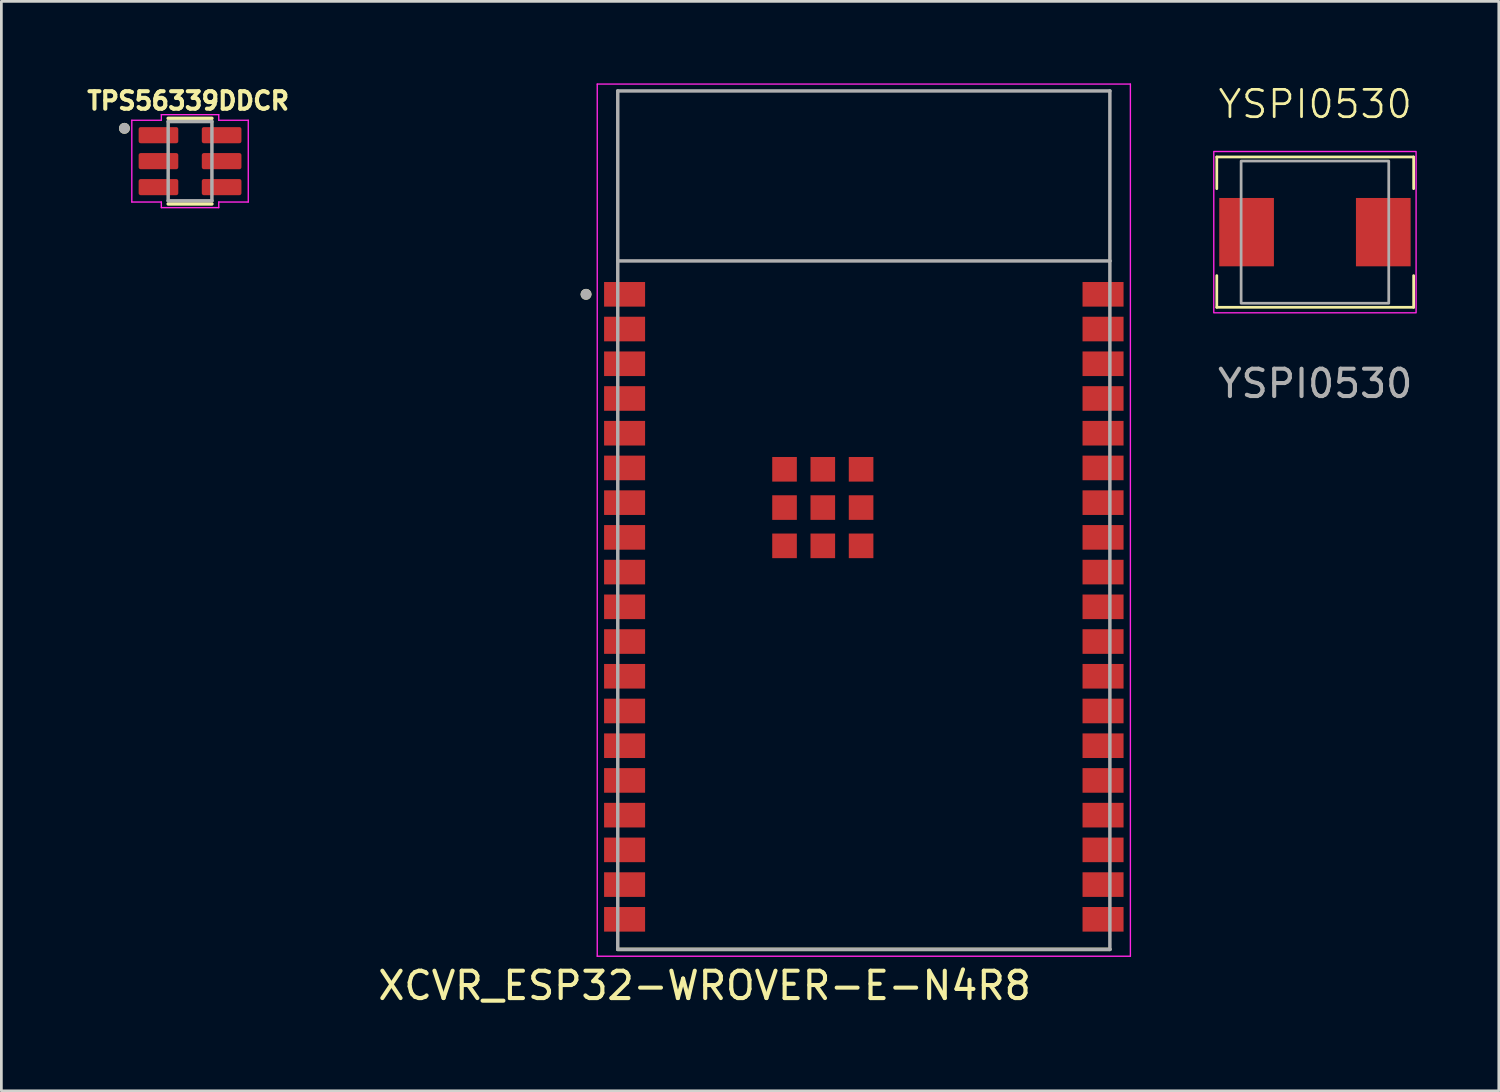
<source format=kicad_pcb>
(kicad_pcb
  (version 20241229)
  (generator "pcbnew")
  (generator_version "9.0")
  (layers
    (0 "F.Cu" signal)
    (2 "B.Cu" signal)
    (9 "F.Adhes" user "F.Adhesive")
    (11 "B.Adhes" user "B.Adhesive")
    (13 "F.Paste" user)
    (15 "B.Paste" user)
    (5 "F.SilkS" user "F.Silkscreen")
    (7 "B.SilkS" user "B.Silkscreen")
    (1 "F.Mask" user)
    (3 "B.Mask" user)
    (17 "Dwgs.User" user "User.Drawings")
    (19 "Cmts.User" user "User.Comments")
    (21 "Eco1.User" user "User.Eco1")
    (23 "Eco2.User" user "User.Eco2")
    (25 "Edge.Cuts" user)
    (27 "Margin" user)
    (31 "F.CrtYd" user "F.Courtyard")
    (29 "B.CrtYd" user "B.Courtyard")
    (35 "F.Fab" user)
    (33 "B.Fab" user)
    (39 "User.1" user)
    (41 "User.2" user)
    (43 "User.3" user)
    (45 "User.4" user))
  (footprint "YSPI0530"
    (layer "F.Cu")
    (at 45.055 5.441)
    (property "Reference" "YSPI0530" (at 0 -4.68 0) (unlocked yes) (layer "F.SilkS") (effects (font (size 1 1) (thickness 0.1))))
    (attr smd)
    (fp_line (start -3.6 -1.59) (end -3.6 -2.75) (stroke (width 0.1) (type default)) (layer "F.SilkS"))
    (fp_line (start -3.6 2.75) (end -3.6 1.59) (stroke (width 0.1) (type default)) (layer "F.SilkS"))
    (fp_line (start -3.6 2.75) (end 3.6 2.75) (stroke (width 0.1) (type default)) (layer "F.SilkS"))
    (fp_line (start 3.6 -2.75) (end -3.6 -2.75) (stroke (width 0.1) (type default)) (layer "F.SilkS"))
    (fp_line (start 3.6 -1.59) (end 3.6 -2.75) (stroke (width 0.1) (type default)) (layer "F.SilkS"))
    (fp_line (start 3.6 2.75) (end 3.6 1.59) (stroke (width 0.1) (type default)) (layer "F.SilkS"))
    (fp_rect (start -3.71 -2.95) (end 3.69 2.95) (stroke (width 0.05) (type solid)) (fill no) (layer "F.CrtYd"))
    (fp_rect (start -2.71 -2.6) (end 2.69 2.6) (stroke (width 0.1) (type solid)) (fill no) (layer "F.Fab"))
    (fp_text user "${REFERENCE}" (at 0 5.54 0) (unlocked yes) (layer "F.Fab") (effects (font (size 1 1) (thickness 0.15))))
    (pad "1" smd rect (at -2.51 0) (size 2 2.5) (layers "F.Cu" "F.Mask" "F.Paste"))
    (pad "2" smd rect (at 2.49 0) (size 2 2.5) (layers "F.Cu" "F.Mask" "F.Paste")))
  (footprint "XCVR_ESP32-WROVER-E-N4R8"
    (layer "F.Cu")
    (at 28.545 15.975)
    (property "Reference" "XCVR_ESP32-WROVER-E-N4R8" (at -5.825 17.025 0) (layer "F.SilkS") (effects (font (size 1 1) (thickness 0.15))))
    (attr smd)
    (fp_line (start -9 15.7) (end 9 15.7) (stroke (width 0.127) (type solid)) (layer "F.SilkS"))
    (fp_circle (center -10.16 -8.26) (end -10.06 -8.26) (stroke (width 0.2) (type solid)) (fill no) (layer "F.SilkS"))
    (fp_line (start -9.75 -15.95) (end -9.75 15.95) (stroke (width 0.05) (type solid)) (layer "F.CrtYd"))
    (fp_line (start -9.75 15.95) (end 9.75 15.95) (stroke (width 0.05) (type solid)) (layer "F.CrtYd"))
    (fp_line (start 9.75 -15.95) (end -9.75 -15.95) (stroke (width 0.05) (type solid)) (layer "F.CrtYd"))
    (fp_line (start 9.75 15.95) (end 9.75 -15.95) (stroke (width 0.05) (type solid)) (layer "F.CrtYd"))
    (fp_line (start -9 -15.7) (end -9 -9.48) (stroke (width 0.127) (type solid)) (layer "F.Fab"))
    (fp_line (start -9 -9.48) (end -9 15.7) (stroke (width 0.127) (type solid)) (layer "F.Fab"))
    (fp_line (start -9 15.7) (end 9 15.7) (stroke (width 0.127) (type solid)) (layer "F.Fab"))
    (fp_line (start 9 -15.7) (end -9 -15.7) (stroke (width 0.127) (type solid)) (layer "F.Fab"))
    (fp_line (start 9 -9.48) (end -9 -9.48) (stroke (width 0.127) (type solid)) (layer "F.Fab"))
    (fp_line (start 9 -9.48) (end 9 -15.7) (stroke (width 0.127) (type solid)) (layer "F.Fab"))
    (fp_line (start 9 15.7) (end 9 -9.48) (stroke (width 0.127) (type solid)) (layer "F.Fab"))
    (fp_circle (center -10.16 -8.26) (end -10.06 -8.26) (stroke (width 0.2) (type solid)) (fill no) (layer "F.Fab"))
    (pad "1" smd rect (at -8.75 -8.26) (size 1.5 0.9) (layers "F.Cu" "F.Mask" "F.Paste"))
    (pad "2" smd rect (at -8.75 -6.99) (size 1.5 0.9) (layers "F.Cu" "F.Mask" "F.Paste"))
    (pad "3" smd rect (at -8.75 -5.72) (size 1.5 0.9) (layers "F.Cu" "F.Mask" "F.Paste"))
    (pad "4" smd rect (at -8.75 -4.45) (size 1.5 0.9) (layers "F.Cu" "F.Mask" "F.Paste"))
    (pad "5" smd rect (at -8.75 -3.18) (size 1.5 0.9) (layers "F.Cu" "F.Mask" "F.Paste"))
    (pad "6" smd rect (at -8.75 -1.91) (size 1.5 0.9) (layers "F.Cu" "F.Mask" "F.Paste"))
    (pad "7" smd rect (at -8.75 -0.64) (size 1.5 0.9) (layers "F.Cu" "F.Mask" "F.Paste"))
    (pad "8" smd rect (at -8.75 0.63) (size 1.5 0.9) (layers "F.Cu" "F.Mask" "F.Paste"))
    (pad "9" smd rect (at -8.75 1.9) (size 1.5 0.9) (layers "F.Cu" "F.Mask" "F.Paste"))
    (pad "10" smd rect (at -8.75 3.17) (size 1.5 0.9) (layers "F.Cu" "F.Mask" "F.Paste"))
    (pad "11" smd rect (at -8.75 4.44) (size 1.5 0.9) (layers "F.Cu" "F.Mask" "F.Paste"))
    (pad "12" smd rect (at -8.75 5.71) (size 1.5 0.9) (layers "F.Cu" "F.Mask" "F.Paste"))
    (pad "13" smd rect (at -8.75 6.98) (size 1.5 0.9) (layers "F.Cu" "F.Mask" "F.Paste"))
    (pad "14" smd rect (at -8.75 8.25) (size 1.5 0.9) (layers "F.Cu" "F.Mask" "F.Paste"))
    (pad "15" smd rect (at -8.75 9.52) (size 1.5 0.9) (layers "F.Cu" "F.Mask" "F.Paste"))
    (pad "16" smd rect (at -8.75 10.79) (size 1.5 0.9) (layers "F.Cu" "F.Mask" "F.Paste"))
    (pad "17" smd rect (at -8.75 12.06) (size 1.5 0.9) (layers "F.Cu" "F.Mask" "F.Paste"))
    (pad "18" smd rect (at -8.75 13.33) (size 1.5 0.9) (layers "F.Cu" "F.Mask" "F.Paste"))
    (pad "19" smd rect (at -8.75 14.6) (size 1.5 0.9) (layers "F.Cu" "F.Mask" "F.Paste"))
    (pad "20" smd rect (at 8.75 14.6) (size 1.5 0.9) (layers "F.Cu" "F.Mask" "F.Paste"))
    (pad "21" smd rect (at 8.75 13.33) (size 1.5 0.9) (layers "F.Cu" "F.Mask" "F.Paste"))
    (pad "22" smd rect (at 8.75 12.06) (size 1.5 0.9) (layers "F.Cu" "F.Mask" "F.Paste"))
    (pad "23" smd rect (at 8.75 10.79) (size 1.5 0.9) (layers "F.Cu" "F.Mask" "F.Paste"))
    (pad "24" smd rect (at 8.75 9.52) (size 1.5 0.9) (layers "F.Cu" "F.Mask" "F.Paste"))
    (pad "25" smd rect (at 8.75 8.25) (size 1.5 0.9) (layers "F.Cu" "F.Mask" "F.Paste"))
    (pad "26" smd rect (at 8.75 6.98) (size 1.5 0.9) (layers "F.Cu" "F.Mask" "F.Paste"))
    (pad "27" smd rect (at 8.75 5.71) (size 1.5 0.9) (layers "F.Cu" "F.Mask" "F.Paste"))
    (pad "28" smd rect (at 8.75 4.44) (size 1.5 0.9) (layers "F.Cu" "F.Mask" "F.Paste"))
    (pad "29" smd rect (at 8.75 3.17) (size 1.5 0.9) (layers "F.Cu" "F.Mask" "F.Paste"))
    (pad "30" smd rect (at 8.75 1.9) (size 1.5 0.9) (layers "F.Cu" "F.Mask" "F.Paste"))
    (pad "31" smd rect (at 8.75 0.63) (size 1.5 0.9) (layers "F.Cu" "F.Mask" "F.Paste"))
    (pad "32" smd rect (at 8.75 -0.64) (size 1.5 0.9) (layers "F.Cu" "F.Mask" "F.Paste"))
    (pad "33" smd rect (at 8.75 -1.91) (size 1.5 0.9) (layers "F.Cu" "F.Mask" "F.Paste"))
    (pad "34" smd rect (at 8.75 -3.18) (size 1.5 0.9) (layers "F.Cu" "F.Mask" "F.Paste"))
    (pad "35" smd rect (at 8.75 -4.45) (size 1.5 0.9) (layers "F.Cu" "F.Mask" "F.Paste"))
    (pad "36" smd rect (at 8.75 -5.72) (size 1.5 0.9) (layers "F.Cu" "F.Mask" "F.Paste"))
    (pad "37" smd rect (at 8.75 -6.99) (size 1.5 0.9) (layers "F.Cu" "F.Mask" "F.Paste"))
    (pad "38" smd rect (at 8.75 -8.26) (size 1.5 0.9) (layers "F.Cu" "F.Mask" "F.Paste"))
    (pad "39_1" smd rect (at -2.9 -1.86) (size 0.9 0.9) (layers "F.Cu" "F.Mask" "F.Paste"))
    (pad "39_2" smd rect (at -1.5 -1.86) (size 0.9 0.9) (layers "F.Cu" "F.Mask" "F.Paste"))
    (pad "39_3" smd rect (at -0.1 -1.86) (size 0.9 0.9) (layers "F.Cu" "F.Mask" "F.Paste"))
    (pad "39_4" smd rect (at -2.9 -0.46) (size 0.9 0.9) (layers "F.Cu" "F.Mask" "F.Paste"))
    (pad "39_5" smd rect (at -1.5 -0.46) (size 0.9 0.9) (layers "F.Cu" "F.Mask" "F.Paste"))
    (pad "39_6" smd rect (at -0.1 -0.46) (size 0.9 0.9) (layers "F.Cu" "F.Mask" "F.Paste"))
    (pad "39_7" smd rect (at -2.9 0.94) (size 0.9 0.9) (layers "F.Cu" "F.Mask" "F.Paste"))
    (pad "39_8" smd rect (at -1.5 0.94) (size 0.9 0.9) (layers "F.Cu" "F.Mask" "F.Paste"))
    (pad "39_9" smd rect (at -0.1 0.94) (size 0.9 0.9) (layers "F.Cu" "F.Mask" "F.Paste"))
    (zone (net_name "") (layer "F.Cu") (hatch full 0.508) (connect_pads) (min_thickness 0.01) (filled_areas_thickness no) (keepout (tracks not_allowed) (vias not_allowed) (pads not_allowed) (copperpour not_allowed) (footprints allowed)) (placement (enabled no)) (fill) (polygon (pts (xy 19.545 0.275) (xy 37.545 0.275) (xy 37.545 6.495) (xy 19.545 6.495))))
    (zone (net_name "") (layers "F.Cu" "B.Cu") (hatch full 0.508) (connect_pads) (min_thickness 0.01) (filled_areas_thickness no) (keepout (tracks allowed) (vias not_allowed) (pads allowed) (copperpour allowed) (footprints allowed)) (placement (enabled no)) (fill) (polygon (pts (xy 19.545 0.275) (xy 37.545 0.275) (xy 37.545 6.495) (xy 19.545 6.495)))))
  (footprint "TPS56339DDCR"
    (layer "F.Cu")
    (at 3.901 2.844)
    (property "Reference" "TPS56339DDCR" (at -0.068 -2.206 0) (layer "F.SilkS") (effects (font (size 0.64 0.64) (thickness 0.15))))
    (attr smd)
    (fp_line (start -0.8 -1.565) (end 0.8 -1.565) (stroke (width 0.127) (type solid)) (layer "F.SilkS"))
    (fp_line (start -0.8 1.565) (end 0.8 1.565) (stroke (width 0.127) (type solid)) (layer "F.SilkS"))
    (fp_circle (center -2.4 -1.2) (end -2.3 -1.2) (stroke (width 0.2) (type solid)) (fill no) (layer "F.SilkS"))
    (fp_line (start -2.13 -1.495) (end -2.13 1.495) (stroke (width 0.05) (type solid)) (layer "F.CrtYd"))
    (fp_line (start -2.13 1.495) (end -1.05 1.495) (stroke (width 0.05) (type solid)) (layer "F.CrtYd"))
    (fp_line (start -1.05 -1.7) (end -1.05 -1.495) (stroke (width 0.05) (type solid)) (layer "F.CrtYd"))
    (fp_line (start -1.05 -1.495) (end -2.13 -1.495) (stroke (width 0.05) (type solid)) (layer "F.CrtYd"))
    (fp_line (start -1.05 1.495) (end -1.05 1.7) (stroke (width 0.05) (type solid)) (layer "F.CrtYd"))
    (fp_line (start -1.05 1.7) (end 1.05 1.7) (stroke (width 0.05) (type solid)) (layer "F.CrtYd"))
    (fp_line (start 1.05 -1.7) (end -1.05 -1.7) (stroke (width 0.05) (type solid)) (layer "F.CrtYd"))
    (fp_line (start 1.05 -1.495) (end 1.05 -1.7) (stroke (width 0.05) (type solid)) (layer "F.CrtYd"))
    (fp_line (start 1.05 1.495) (end 2.13 1.495) (stroke (width 0.05) (type solid)) (layer "F.CrtYd"))
    (fp_line (start 1.05 1.7) (end 1.05 1.495) (stroke (width 0.05) (type solid)) (layer "F.CrtYd"))
    (fp_line (start 2.13 -1.495) (end 1.05 -1.495) (stroke (width 0.05) (type solid)) (layer "F.CrtYd"))
    (fp_line (start 2.13 1.495) (end 2.13 -1.495) (stroke (width 0.05) (type solid)) (layer "F.CrtYd"))
    (fp_line (start -0.8 -1.45) (end -0.8 1.45) (stroke (width 0.127) (type solid)) (layer "F.Fab"))
    (fp_line (start -0.8 1.45) (end 0.8 1.45) (stroke (width 0.127) (type solid)) (layer "F.Fab"))
    (fp_line (start 0.8 -1.45) (end -0.8 -1.45) (stroke (width 0.127) (type solid)) (layer "F.Fab"))
    (fp_line (start 0.8 1.45) (end 0.8 -1.45) (stroke (width 0.127) (type solid)) (layer "F.Fab"))
    (fp_circle (center -2.4 -1.2) (end -2.3 -1.2) (stroke (width 0.2) (type solid)) (fill no) (layer "F.Fab"))
    (pad "1" smd roundrect (at -1.155 -0.95) (size 1.45 0.59) (layers "F.Cu" "F.Mask" "F.Paste") (roundrect_rratio 0.125))
    (pad "2" smd roundrect (at -1.155 0) (size 1.45 0.59) (layers "F.Cu" "F.Mask" "F.Paste") (roundrect_rratio 0.125))
    (pad "3" smd roundrect (at -1.155 0.95) (size 1.45 0.59) (layers "F.Cu" "F.Mask" "F.Paste") (roundrect_rratio 0.125))
    (pad "4" smd roundrect (at 1.155 0.95) (size 1.45 0.59) (layers "F.Cu" "F.Mask" "F.Paste") (roundrect_rratio 0.125))
    (pad "5" smd roundrect (at 1.155 0) (size 1.45 0.59) (layers "F.Cu" "F.Mask" "F.Paste") (roundrect_rratio 0.125))
    (pad "6" smd roundrect (at 1.155 -0.95) (size 1.45 0.59) (layers "F.Cu" "F.Mask" "F.Paste") (roundrect_rratio 0.125)))
  (gr_rect
    (start -3 -3)
    (end 51.77 36.848)
    (stroke (width 0.1) (type default))
    (fill no)
    (layer "Edge.Cuts")))
</source>
